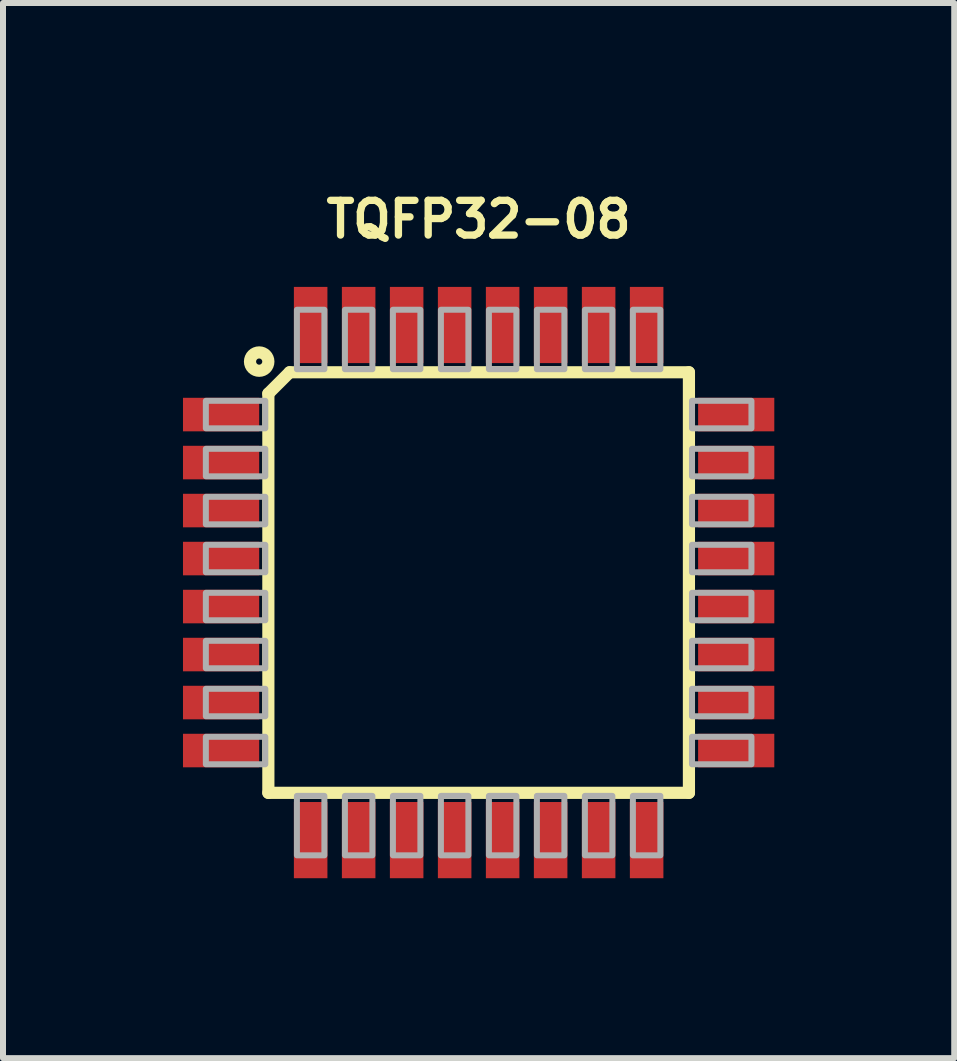
<source format=kicad_pcb>
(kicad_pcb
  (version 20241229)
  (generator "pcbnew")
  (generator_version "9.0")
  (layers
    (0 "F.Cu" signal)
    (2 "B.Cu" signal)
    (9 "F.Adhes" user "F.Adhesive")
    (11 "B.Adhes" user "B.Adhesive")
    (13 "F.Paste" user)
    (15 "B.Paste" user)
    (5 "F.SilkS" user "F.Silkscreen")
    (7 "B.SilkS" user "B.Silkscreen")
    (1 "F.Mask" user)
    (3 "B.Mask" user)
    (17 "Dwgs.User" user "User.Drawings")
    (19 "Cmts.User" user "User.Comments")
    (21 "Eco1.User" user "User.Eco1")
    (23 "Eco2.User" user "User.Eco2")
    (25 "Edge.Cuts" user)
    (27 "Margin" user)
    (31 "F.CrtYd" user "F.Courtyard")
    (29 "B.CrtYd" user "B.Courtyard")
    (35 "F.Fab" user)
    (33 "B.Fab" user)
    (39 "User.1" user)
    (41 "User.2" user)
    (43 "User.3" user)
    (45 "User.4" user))
  (footprint "TQFP32-08"
    (layer "F.Cu")
    (at 4.928 6.66)
    (property "Reference" "TQFP32-08" (at 0 -5.715 0) (layer "F.SilkS") (effects (font (size 0.579 0.579) (thickness 0.122)) (justify bottom)))
    (attr through_hole)
    (fp_line (start -3.505 3.505) (end -3.505 -3.15) (stroke (width 0.203) (type solid)) (layer "F.SilkS"))
    (fp_line (start -3.15 -3.505) (end -3.505 -3.15) (stroke (width 0.203) (type solid)) (layer "F.SilkS"))
    (fp_line (start -3.15 -3.505) (end 3.505 -3.505) (stroke (width 0.203) (type solid)) (layer "F.SilkS"))
    (fp_line (start 3.505 -3.505) (end 3.505 3.505) (stroke (width 0.203) (type solid)) (layer "F.SilkS"))
    (fp_line (start 3.505 3.505) (end -3.505 3.505) (stroke (width 0.203) (type solid)) (layer "F.SilkS"))
    (fp_circle (center -3.658 -3.683) (end -3.505 -3.683) (stroke (width 0.203) (type solid)) (fill no) (layer "F.SilkS"))
    (fp_poly (pts (xy -4.547 -2.571) (xy -3.556 -2.571) (xy -3.556 -3.029) (xy -4.547 -3.029)) (stroke (width 0.1) (type solid)) (fill no) (layer "F.Fab"))
    (fp_poly (pts (xy -4.547 -1.771) (xy -3.556 -1.771) (xy -3.556 -2.229) (xy -4.547 -2.229)) (stroke (width 0.1) (type solid)) (fill no) (layer "F.Fab"))
    (fp_poly (pts (xy -4.547 -0.971) (xy -3.556 -0.971) (xy -3.556 -1.429) (xy -4.547 -1.429)) (stroke (width 0.1) (type solid)) (fill no) (layer "F.Fab"))
    (fp_poly (pts (xy -4.547 -0.171) (xy -3.556 -0.171) (xy -3.556 -0.629) (xy -4.547 -0.629)) (stroke (width 0.1) (type solid)) (fill no) (layer "F.Fab"))
    (fp_poly (pts (xy -4.547 0.629) (xy -3.556 0.629) (xy -3.556 0.171) (xy -4.547 0.171)) (stroke (width 0.1) (type solid)) (fill no) (layer "F.Fab"))
    (fp_poly (pts (xy -4.547 1.429) (xy -3.556 1.429) (xy -3.556 0.971) (xy -4.547 0.971)) (stroke (width 0.1) (type solid)) (fill no) (layer "F.Fab"))
    (fp_poly (pts (xy -4.547 2.229) (xy -3.556 2.229) (xy -3.556 1.771) (xy -4.547 1.771)) (stroke (width 0.1) (type solid)) (fill no) (layer "F.Fab"))
    (fp_poly (pts (xy -4.547 3.029) (xy -3.556 3.029) (xy -3.556 2.571) (xy -4.547 2.571)) (stroke (width 0.1) (type solid)) (fill no) (layer "F.Fab"))
    (fp_poly (pts (xy -3.029 -3.556) (xy -2.571 -3.556) (xy -2.571 -4.547) (xy -3.029 -4.547)) (stroke (width 0.1) (type solid)) (fill no) (layer "F.Fab"))
    (fp_poly (pts (xy -3.029 4.547) (xy -2.571 4.547) (xy -2.571 3.556) (xy -3.029 3.556)) (stroke (width 0.1) (type solid)) (fill no) (layer "F.Fab"))
    (fp_poly (pts (xy -2.229 -3.556) (xy -1.771 -3.556) (xy -1.771 -4.547) (xy -2.229 -4.547)) (stroke (width 0.1) (type solid)) (fill no) (layer "F.Fab"))
    (fp_poly (pts (xy -2.229 4.547) (xy -1.771 4.547) (xy -1.771 3.556) (xy -2.229 3.556)) (stroke (width 0.1) (type solid)) (fill no) (layer "F.Fab"))
    (fp_poly (pts (xy -1.429 -3.556) (xy -0.971 -3.556) (xy -0.971 -4.547) (xy -1.429 -4.547)) (stroke (width 0.1) (type solid)) (fill no) (layer "F.Fab"))
    (fp_poly (pts (xy -1.429 4.547) (xy -0.971 4.547) (xy -0.971 3.556) (xy -1.429 3.556)) (stroke (width 0.1) (type solid)) (fill no) (layer "F.Fab"))
    (fp_poly (pts (xy -0.629 -3.556) (xy -0.171 -3.556) (xy -0.171 -4.547) (xy -0.629 -4.547)) (stroke (width 0.1) (type solid)) (fill no) (layer "F.Fab"))
    (fp_poly (pts (xy -0.629 4.547) (xy -0.171 4.547) (xy -0.171 3.556) (xy -0.629 3.556)) (stroke (width 0.1) (type solid)) (fill no) (layer "F.Fab"))
    (fp_poly (pts (xy 0.171 -3.556) (xy 0.629 -3.556) (xy 0.629 -4.547) (xy 0.171 -4.547)) (stroke (width 0.1) (type solid)) (fill no) (layer "F.Fab"))
    (fp_poly (pts (xy 0.171 4.547) (xy 0.629 4.547) (xy 0.629 3.556) (xy 0.171 3.556)) (stroke (width 0.1) (type solid)) (fill no) (layer "F.Fab"))
    (fp_poly (pts (xy 0.971 -3.556) (xy 1.429 -3.556) (xy 1.429 -4.547) (xy 0.971 -4.547)) (stroke (width 0.1) (type solid)) (fill no) (layer "F.Fab"))
    (fp_poly (pts (xy 0.971 4.547) (xy 1.429 4.547) (xy 1.429 3.556) (xy 0.971 3.556)) (stroke (width 0.1) (type solid)) (fill no) (layer "F.Fab"))
    (fp_poly (pts (xy 1.771 -3.556) (xy 2.229 -3.556) (xy 2.229 -4.547) (xy 1.771 -4.547)) (stroke (width 0.1) (type solid)) (fill no) (layer "F.Fab"))
    (fp_poly (pts (xy 1.771 4.547) (xy 2.229 4.547) (xy 2.229 3.556) (xy 1.771 3.556)) (stroke (width 0.1) (type solid)) (fill no) (layer "F.Fab"))
    (fp_poly (pts (xy 2.571 -3.556) (xy 3.029 -3.556) (xy 3.029 -4.547) (xy 2.571 -4.547)) (stroke (width 0.1) (type solid)) (fill no) (layer "F.Fab"))
    (fp_poly (pts (xy 2.571 4.547) (xy 3.029 4.547) (xy 3.029 3.556) (xy 2.571 3.556)) (stroke (width 0.1) (type solid)) (fill no) (layer "F.Fab"))
    (fp_poly (pts (xy 3.556 -2.571) (xy 4.547 -2.571) (xy 4.547 -3.029) (xy 3.556 -3.029)) (stroke (width 0.1) (type solid)) (fill no) (layer "F.Fab"))
    (fp_poly (pts (xy 3.556 -1.771) (xy 4.547 -1.771) (xy 4.547 -2.229) (xy 3.556 -2.229)) (stroke (width 0.1) (type solid)) (fill no) (layer "F.Fab"))
    (fp_poly (pts (xy 3.556 -0.971) (xy 4.547 -0.971) (xy 4.547 -1.429) (xy 3.556 -1.429)) (stroke (width 0.1) (type solid)) (fill no) (layer "F.Fab"))
    (fp_poly (pts (xy 3.556 -0.171) (xy 4.547 -0.171) (xy 4.547 -0.629) (xy 3.556 -0.629)) (stroke (width 0.1) (type solid)) (fill no) (layer "F.Fab"))
    (fp_poly (pts (xy 3.556 0.629) (xy 4.547 0.629) (xy 4.547 0.171) (xy 3.556 0.171)) (stroke (width 0.1) (type solid)) (fill no) (layer "F.Fab"))
    (fp_poly (pts (xy 3.556 1.429) (xy 4.547 1.429) (xy 4.547 0.971) (xy 3.556 0.971)) (stroke (width 0.1) (type solid)) (fill no) (layer "F.Fab"))
    (fp_poly (pts (xy 3.556 2.229) (xy 4.547 2.229) (xy 4.547 1.771) (xy 3.556 1.771)) (stroke (width 0.1) (type solid)) (fill no) (layer "F.Fab"))
    (fp_poly (pts (xy 3.556 3.029) (xy 4.547 3.029) (xy 4.547 2.571) (xy 3.556 2.571)) (stroke (width 0.1) (type solid)) (fill no) (layer "F.Fab"))
    (pad "1" smd rect (at -4.293 -2.8) (size 1.27 0.559) (layers "F.Cu" "F.Mask" "F.Paste"))
    (pad "2" smd rect (at -4.293 -2) (size 1.27 0.559) (layers "F.Cu" "F.Mask" "F.Paste"))
    (pad "3" smd rect (at -4.293 -1.2) (size 1.27 0.559) (layers "F.Cu" "F.Mask" "F.Paste"))
    (pad "4" smd rect (at -4.293 -0.4) (size 1.27 0.559) (layers "F.Cu" "F.Mask" "F.Paste"))
    (pad "5" smd rect (at -4.293 0.4) (size 1.27 0.559) (layers "F.Cu" "F.Mask" "F.Paste"))
    (pad "6" smd rect (at -4.293 1.2) (size 1.27 0.559) (layers "F.Cu" "F.Mask" "F.Paste"))
    (pad "7" smd rect (at -4.293 2) (size 1.27 0.559) (layers "F.Cu" "F.Mask" "F.Paste"))
    (pad "8" smd rect (at -4.293 2.8) (size 1.27 0.559) (layers "F.Cu" "F.Mask" "F.Paste"))
    (pad "9" smd rect (at -2.8 4.293) (size 0.559 1.27) (layers "F.Cu" "F.Mask" "F.Paste"))
    (pad "10" smd rect (at -2 4.293) (size 0.559 1.27) (layers "F.Cu" "F.Mask" "F.Paste"))
    (pad "11" smd rect (at -1.2 4.293) (size 0.559 1.27) (layers "F.Cu" "F.Mask" "F.Paste"))
    (pad "12" smd rect (at -0.4 4.293) (size 0.559 1.27) (layers "F.Cu" "F.Mask" "F.Paste"))
    (pad "13" smd rect (at 0.4 4.293) (size 0.559 1.27) (layers "F.Cu" "F.Mask" "F.Paste"))
    (pad "14" smd rect (at 1.2 4.293) (size 0.559 1.27) (layers "F.Cu" "F.Mask" "F.Paste"))
    (pad "15" smd rect (at 2 4.293) (size 0.559 1.27) (layers "F.Cu" "F.Mask" "F.Paste"))
    (pad "16" smd rect (at 2.8 4.293) (size 0.559 1.27) (layers "F.Cu" "F.Mask" "F.Paste"))
    (pad "17" smd rect (at 4.293 2.8) (size 1.27 0.559) (layers "F.Cu" "F.Mask" "F.Paste"))
    (pad "18" smd rect (at 4.293 2) (size 1.27 0.559) (layers "F.Cu" "F.Mask" "F.Paste"))
    (pad "19" smd rect (at 4.293 1.2) (size 1.27 0.559) (layers "F.Cu" "F.Mask" "F.Paste"))
    (pad "20" smd rect (at 4.293 0.4) (size 1.27 0.559) (layers "F.Cu" "F.Mask" "F.Paste"))
    (pad "21" smd rect (at 4.293 -0.4) (size 1.27 0.559) (layers "F.Cu" "F.Mask" "F.Paste"))
    (pad "22" smd rect (at 4.293 -1.2) (size 1.27 0.559) (layers "F.Cu" "F.Mask" "F.Paste"))
    (pad "23" smd rect (at 4.293 -2) (size 1.27 0.559) (layers "F.Cu" "F.Mask" "F.Paste"))
    (pad "24" smd rect (at 4.293 -2.8) (size 1.27 0.559) (layers "F.Cu" "F.Mask" "F.Paste"))
    (pad "25" smd rect (at 2.8 -4.293) (size 0.559 1.27) (layers "F.Cu" "F.Mask" "F.Paste"))
    (pad "26" smd rect (at 2 -4.293) (size 0.559 1.27) (layers "F.Cu" "F.Mask" "F.Paste"))
    (pad "27" smd rect (at 1.2 -4.293) (size 0.559 1.27) (layers "F.Cu" "F.Mask" "F.Paste"))
    (pad "28" smd rect (at 0.4 -4.293) (size 0.559 1.27) (layers "F.Cu" "F.Mask" "F.Paste"))
    (pad "29" smd rect (at -0.4 -4.293) (size 0.559 1.27) (layers "F.Cu" "F.Mask" "F.Paste"))
    (pad "30" smd rect (at -1.2 -4.293) (size 0.559 1.27) (layers "F.Cu" "F.Mask" "F.Paste"))
    (pad "31" smd rect (at -2 -4.293) (size 0.559 1.27) (layers "F.Cu" "F.Mask" "F.Paste"))
    (pad "32" smd rect (at -2.8 -4.293) (size 0.559 1.27) (layers "F.Cu" "F.Mask" "F.Paste")))
  (gr_rect
    (start -3 -3)
    (end 12.855 14.587)
    (stroke (width 0.1) (type default))
    (fill no)
    (layer "Edge.Cuts")))
</source>
